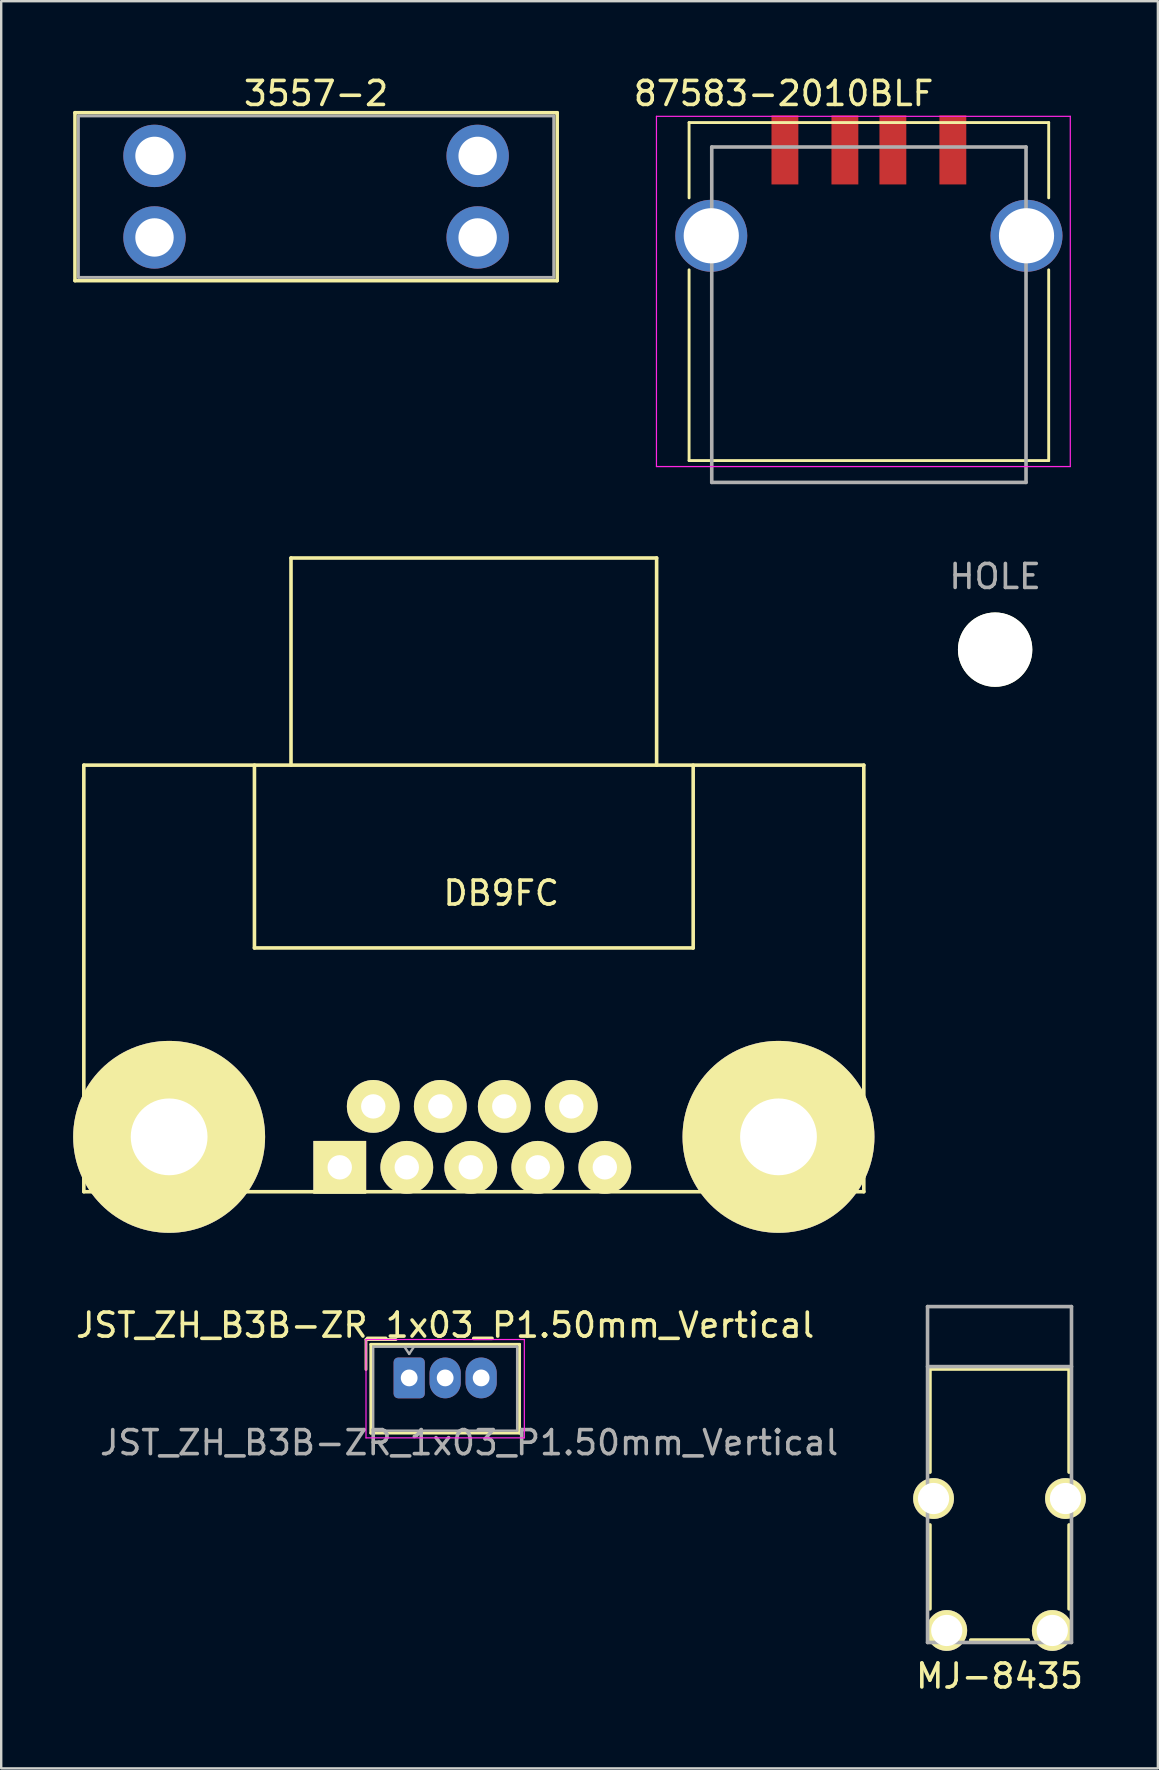
<source format=kicad_pcb>
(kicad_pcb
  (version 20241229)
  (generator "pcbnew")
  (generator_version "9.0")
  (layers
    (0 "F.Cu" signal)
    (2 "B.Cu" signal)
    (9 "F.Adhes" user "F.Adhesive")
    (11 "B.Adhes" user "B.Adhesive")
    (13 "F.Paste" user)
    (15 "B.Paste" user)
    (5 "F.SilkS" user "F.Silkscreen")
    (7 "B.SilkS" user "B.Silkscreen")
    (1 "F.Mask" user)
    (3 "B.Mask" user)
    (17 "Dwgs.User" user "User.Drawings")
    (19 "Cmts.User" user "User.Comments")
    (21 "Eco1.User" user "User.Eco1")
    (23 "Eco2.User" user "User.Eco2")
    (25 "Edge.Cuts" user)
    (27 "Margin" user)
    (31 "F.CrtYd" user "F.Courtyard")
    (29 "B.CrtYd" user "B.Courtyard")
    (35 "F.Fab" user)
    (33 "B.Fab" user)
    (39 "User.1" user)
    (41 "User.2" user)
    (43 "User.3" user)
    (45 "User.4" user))
  (footprint "3557-2"
    (layer "F.Cu")
    (at 10.125 5.148)
    (property "Reference" "3557-2" (at 0 -4.3 0) (layer "F.SilkS") (effects (font (size 1 1) (thickness 0.15))))
    (attr through_hole)
    (fp_line (start -10.05 -3.5) (end -10.05 3.5) (stroke (width 0.15) (type solid)) (layer "F.SilkS"))
    (fp_line (start -10.05 -3.5) (end 10.05 -3.5) (stroke (width 0.15) (type solid)) (layer "F.SilkS"))
    (fp_line (start -10.05 3.5) (end 10.05 3.5) (stroke (width 0.15) (type solid)) (layer "F.SilkS"))
    (fp_line (start 10.05 -3.5) (end 10.05 3.5) (stroke (width 0.15) (type solid)) (layer "F.SilkS"))
    (fp_line (start -9.905 -3.365) (end -9.905 3.365) (stroke (width 0.12) (type solid)) (layer "F.Fab"))
    (fp_line (start -9.905 -3.365) (end 9.905 -3.365) (stroke (width 0.12) (type solid)) (layer "F.Fab"))
    (fp_line (start -9.905 3.365) (end 9.905 3.365) (stroke (width 0.12) (type solid)) (layer "F.Fab"))
    (fp_line (start 9.905 -3.365) (end 9.905 3.365) (stroke (width 0.12) (type solid)) (layer "F.Fab"))
    (pad "1" thru_hole circle (at -6.735 -1.7) (size 2.6 2.6) (drill 1.6) (layers "*.Cu" "*.Mask"))
    (pad "1" thru_hole circle (at -6.735 1.7) (size 2.6 2.6) (drill 1.6) (layers "*.Cu" "*.Mask"))
    (pad "2" thru_hole circle (at 6.735 -1.7) (size 2.6 2.6) (drill 1.6) (layers "*.Cu" "*.Mask"))
    (pad "2" thru_hole circle (at 6.735 1.7) (size 2.6 2.6) (drill 1.6) (layers "*.Cu" "*.Mask")))
  (footprint "87583-2010BLF"
    (layer "F.Cu")
    (at 33.168 6.778)
    (property "Reference" "87583-2010BLF" (at -3.555 -5.93 0) (layer "F.SilkS") (effects (font (size 1 1) (thickness 0.15))))
    (attr through_hole)
    (fp_line (start -7.495 -4.72) (end -7.495 -1.58) (stroke (width 0.12) (type solid)) (layer "F.SilkS"))
    (fp_line (start -7.495 1.42) (end -7.495 9.37) (stroke (width 0.12) (type solid)) (layer "F.SilkS"))
    (fp_line (start 7.495 -4.72) (end -7.495 -4.72) (stroke (width 0.12) (type solid)) (layer "F.SilkS"))
    (fp_line (start 7.495 -4.72) (end 7.495 -1.58) (stroke (width 0.12) (type solid)) (layer "F.SilkS"))
    (fp_line (start 7.495 1.42) (end 7.495 9.37) (stroke (width 0.12) (type solid)) (layer "F.SilkS"))
    (fp_line (start 7.495 9.37) (end -7.495 9.37) (stroke (width 0.12) (type solid)) (layer "F.SilkS"))
    (fp_line (start -8.855 -4.98) (end 8.395 -4.98) (stroke (width 0.05) (type solid)) (layer "F.CrtYd"))
    (fp_line (start -8.855 9.62) (end -8.855 -4.98) (stroke (width 0.05) (type solid)) (layer "F.CrtYd"))
    (fp_line (start -8.855 9.62) (end 8.395 9.62) (stroke (width 0.05) (type solid)) (layer "F.CrtYd"))
    (fp_line (start 8.395 -4.98) (end 8.395 9.62) (stroke (width 0.05) (type solid)) (layer "F.CrtYd"))
    (fp_line (start -6.55 -3.7) (end -6.55 10.28) (stroke (width 0.15) (type solid)) (layer "F.Fab"))
    (fp_line (start -6.55 -3.7) (end 6.55 -3.7) (stroke (width 0.15) (type solid)) (layer "F.Fab"))
    (fp_line (start -6.55 10.28) (end 6.55 10.28) (stroke (width 0.15) (type solid)) (layer "F.Fab"))
    (fp_line (start 6.55 -3.7) (end 6.55 10.28) (stroke (width 0.15) (type solid)) (layer "F.Fab"))
    (pad "1" smd rect (at -3.5 -3.58) (size 1.12 2.88) (layers "F.Cu" "F.Mask" "F.Paste"))
    (pad "2" smd rect (at -1 -3.58) (size 1.12 2.88) (layers "F.Cu" "F.Mask" "F.Paste"))
    (pad "3" smd rect (at 1 -3.58) (size 1.12 2.88) (layers "F.Cu" "F.Mask" "F.Paste"))
    (pad "4" smd rect (at 3.5 -3.58) (size 1.12 2.88) (layers "F.Cu" "F.Mask" "F.Paste"))
    (pad "5" thru_hole circle (at -6.57 0 270) (size 3 3) (drill 2.3) (layers "*.Cu" "*.Mask"))
    (pad "5" thru_hole circle (at 6.57 0 270) (size 3 3) (drill 2.3) (layers "*.Cu" "*.Mask")))
  (footprint "MJ-8435"
    (layer "F.Cu")
    (at 38.613 64.913)
    (property "Reference" "MJ-8435" (at 0 1.9 0) (layer "F.SilkS") (effects (font (size 1 1) (thickness 0.15))))
    (attr through_hole)
    (fp_line (start -2.9 -10.9) (end -2.9 -6.6) (stroke (width 0.15) (type solid)) (layer "F.SilkS"))
    (fp_line (start -2.9 -10.9) (end 2.9 -10.9) (stroke (width 0.15) (type solid)) (layer "F.SilkS"))
    (fp_line (start -2.9 -4.4) (end -2.9 -0.9) (stroke (width 0.15) (type solid)) (layer "F.SilkS"))
    (fp_line (start -1.2 0.4) (end 1.2 0.4) (stroke (width 0.15) (type solid)) (layer "F.SilkS"))
    (fp_line (start 2.9 -10.9) (end 2.9 -6.6) (stroke (width 0.15) (type solid)) (layer "F.SilkS"))
    (fp_line (start 2.9 -4.4) (end 2.9 -0.9) (stroke (width 0.15) (type solid)) (layer "F.SilkS"))
    (fp_line (start -3 -13.5) (end -3 0.5) (stroke (width 0.15) (type solid)) (layer "F.Fab"))
    (fp_line (start -3 -13.5) (end 3 -13.5) (stroke (width 0.15) (type solid)) (layer "F.Fab"))
    (fp_line (start -3 -11) (end 3 -11) (stroke (width 0.15) (type solid)) (layer "F.Fab"))
    (fp_line (start -3 0.5) (end 3 0.5) (stroke (width 0.15) (type solid)) (layer "F.Fab"))
    (fp_line (start 3 -13.5) (end 3 0.5) (stroke (width 0.15) (type solid)) (layer "F.Fab"))
    (pad "1" thru_hole circle (at -2.2 0) (size 1.7 1.7) (drill 1.3) (layers "*.Cu" "*.Mask" "F.SilkS"))
    (pad "2" thru_hole circle (at -2.75 -5.5) (size 1.7 1.7) (drill 1.3) (layers "*.Cu" "*.Mask" "F.SilkS"))
    (pad "2" thru_hole circle (at 2.75 -5.5) (size 1.7 1.7) (drill 1.3) (layers "*.Cu" "*.Mask" "F.SilkS"))
    (pad "3" thru_hole circle (at 2.2 0) (size 1.7 1.7) (drill 1.3) (layers "*.Cu" "*.Mask" "F.SilkS")))
  (footprint "DB9FC"
    (layer "F.Cu")
    (at 16.573 44.338)
    (property "Reference" "DB9FC" (at 1.27 -10.16 0) (layer "F.SilkS") (effects (font (size 1 1) (thickness 0.15))))
    (attr through_hole)
    (fp_line (start -16.129 -15.494) (end -16.129 2.286) (stroke (width 0.15) (type solid)) (layer "F.SilkS"))
    (fp_line (start -16.129 2.286) (end 16.383 2.286) (stroke (width 0.15) (type solid)) (layer "F.SilkS"))
    (fp_line (start -9.017 -15.494) (end -9.017 -7.874) (stroke (width 0.15) (type solid)) (layer "F.SilkS"))
    (fp_line (start -9.017 -7.874) (end 9.271 -7.874) (stroke (width 0.15) (type solid)) (layer "F.SilkS"))
    (fp_line (start -7.493 -24.13) (end 7.747 -24.13) (stroke (width 0.15) (type solid)) (layer "F.SilkS"))
    (fp_line (start -7.493 -15.494) (end -7.493 -24.13) (stroke (width 0.15) (type solid)) (layer "F.SilkS"))
    (fp_line (start 7.747 -24.13) (end 7.747 -15.494) (stroke (width 0.15) (type solid)) (layer "F.SilkS"))
    (fp_line (start 9.271 -7.874) (end 9.271 -15.494) (stroke (width 0.15) (type solid)) (layer "F.SilkS"))
    (fp_line (start 16.383 -15.494) (end -16.129 -15.494) (stroke (width 0.15) (type solid)) (layer "F.SilkS"))
    (fp_line (start 16.383 2.286) (end 16.383 -15.494) (stroke (width 0.15) (type solid)) (layer "F.SilkS"))
    (pad "" thru_hole circle (at -12.573 0) (size 8 8) (drill 3.2) (layers "*.Cu" "*.Mask" "F.SilkS"))
    (pad "" thru_hole circle (at 12.827 0) (size 8 8) (drill 3.2) (layers "*.Cu" "*.Mask" "F.SilkS"))
    (pad "1" thru_hole rect (at -5.461 1.27) (size 2.2 2.2) (drill 1.016) (layers "*.Cu" "*.Mask" "F.SilkS"))
    (pad "2" thru_hole circle (at -2.667 1.27) (size 2.2 2.2) (drill 1.016) (layers "*.Cu" "*.Mask" "F.SilkS"))
    (pad "3" thru_hole circle (at 0 1.27) (size 2.2 2.2) (drill 1.016) (layers "*.Cu" "*.Mask" "F.SilkS"))
    (pad "4" thru_hole circle (at 2.794 1.27) (size 2.2 2.2) (drill 1.016) (layers "*.Cu" "*.Mask" "F.SilkS"))
    (pad "5" thru_hole circle (at 5.588 1.27) (size 2.2 2.2) (drill 1.016) (layers "*.Cu" "*.Mask" "F.SilkS"))
    (pad "6" thru_hole circle (at -4.064 -1.27) (size 2.2 2.2) (drill 1.016) (layers "*.Cu" "*.Mask" "F.SilkS"))
    (pad "7" thru_hole circle (at -1.27 -1.27) (size 2.2 2.2) (drill 1.016) (layers "*.Cu" "*.Mask" "F.SilkS"))
    (pad "8" thru_hole circle (at 1.397 -1.27) (size 2.2 2.2) (drill 1.016) (layers "*.Cu" "*.Mask" "F.SilkS"))
    (pad "9" thru_hole circle (at 4.191 -1.27) (size 2.2 2.2) (drill 1.016) (layers "*.Cu" "*.Mask" "F.SilkS")))
  (footprint "JST_ZH_B3B-ZR_1x03_P1.50mm_Vertical"
    (layer "F.Cu")
    (at 14.006 54.386)
    (property "Reference" "JST_ZH_B3B-ZR_1x03_P1.50mm_Vertical" (at 1.5 -2.2 0) (layer "F.SilkS") (effects (font (size 1 1) (thickness 0.15))))
    (attr through_hole)
    (fp_line (start -1.8 -1.6) (end -1.8 -0.35) (stroke (width 0.12) (type solid)) (layer "F.SilkS"))
    (fp_line (start -1.6 -1.4) (end -1.6 2.3) (stroke (width 0.12) (type solid)) (layer "F.SilkS"))
    (fp_line (start -1.6 2.3) (end 4.6 2.3) (stroke (width 0.12) (type solid)) (layer "F.SilkS"))
    (fp_line (start -0.55 -1.6) (end -1.8 -1.6) (stroke (width 0.12) (type solid)) (layer "F.SilkS"))
    (fp_line (start 4.6 -1.4) (end -1.6 -1.4) (stroke (width 0.12) (type solid)) (layer "F.SilkS"))
    (fp_line (start 4.6 2.3) (end 4.6 -1.4) (stroke (width 0.12) (type solid)) (layer "F.SilkS"))
    (fp_line (start -1.8 -1.6) (end -1.8 2.5) (stroke (width 0.05) (type solid)) (layer "F.CrtYd"))
    (fp_line (start -1.8 2.5) (end 4.8 2.5) (stroke (width 0.05) (type solid)) (layer "F.CrtYd"))
    (fp_line (start 4.8 -1.6) (end -1.8 -1.6) (stroke (width 0.05) (type solid)) (layer "F.CrtYd"))
    (fp_line (start 4.8 2.5) (end 4.8 -1.6) (stroke (width 0.05) (type solid)) (layer "F.CrtYd"))
    (fp_line (start -1.5 -1.3) (end -1.5 2.2) (stroke (width 0.1) (type solid)) (layer "F.Fab"))
    (fp_line (start -1.5 2.2) (end 4.5 2.2) (stroke (width 0.1) (type solid)) (layer "F.Fab"))
    (fp_line (start -0.2 -1.3) (end 0 -1) (stroke (width 0.1) (type solid)) (layer "F.Fab"))
    (fp_line (start 0 -1) (end 0.2 -1.3) (stroke (width 0.1) (type solid)) (layer "F.Fab"))
    (fp_line (start 4.5 -1.3) (end -1.5 -1.3) (stroke (width 0.1) (type solid)) (layer "F.Fab"))
    (fp_line (start 4.5 2.2) (end 4.5 -1.3) (stroke (width 0.1) (type solid)) (layer "F.Fab"))
    (fp_text user "${REFERENCE}" (at 2.5 2.7 0) (layer "F.Fab") (effects (font (size 1 1) (thickness 0.15))))
    (pad "1" thru_hole roundrect (at 0 0) (size 1.3 1.7) (drill 0.7) (layers "*.Cu" "*.Mask") (roundrect_rratio 0.147))
    (pad "2" thru_hole oval (at 1.5 0) (size 1.3 1.7) (drill 0.7) (layers "*.Cu" "*.Mask"))
    (pad "3" thru_hole oval (at 3 0) (size 1.3 1.7) (drill 0.7) (layers "*.Cu" "*.Mask")))
  (footprint "HOLE"
    (layer "F.Cu")
    (at 38.43 24.029)
    (property "Reference" "HOLE" (at 0 -3.048 0) (layer "F.Fab") (effects (font (size 1 1) (thickness 0.15))))
    (attr through_hole)
    (pad "" np_thru_hole circle (at 0 0) (size 3.1 3.1) (drill 3.1) (layers "*.Cu" "*.Mask" "F.SilkS")))
  (gr_rect
    (start -3 -3)
    (end 45.214 70.662)
    (stroke (width 0.1) (type default))
    (fill no)
    (layer "Edge.Cuts")))
</source>
